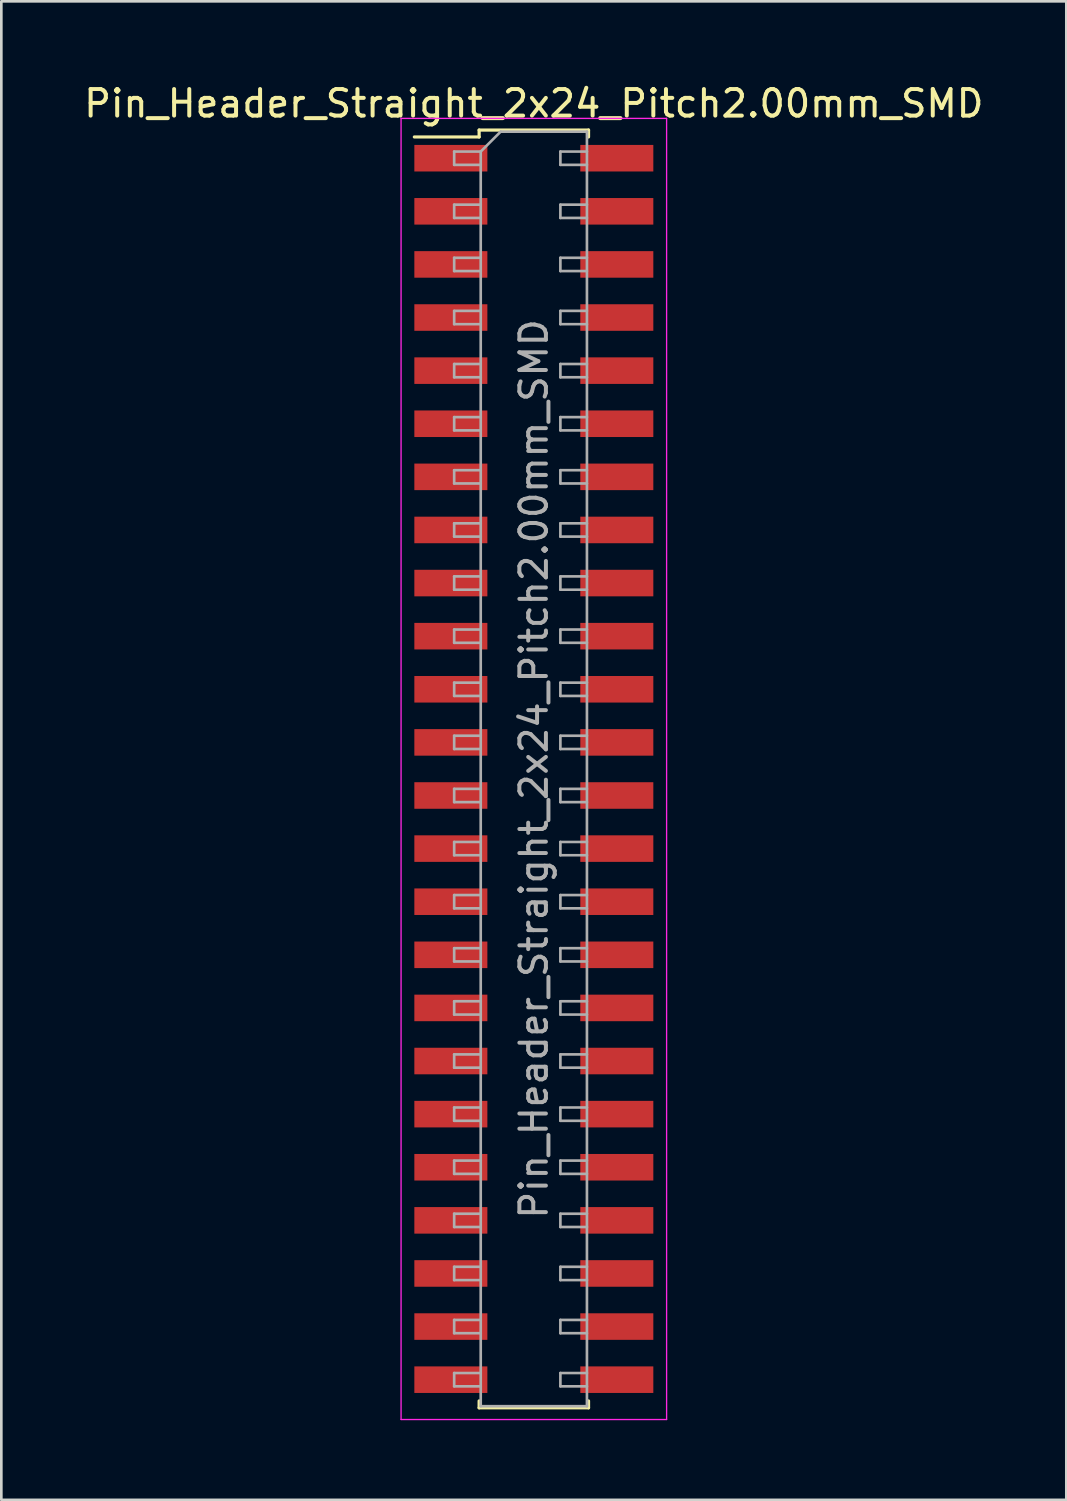
<source format=kicad_pcb>
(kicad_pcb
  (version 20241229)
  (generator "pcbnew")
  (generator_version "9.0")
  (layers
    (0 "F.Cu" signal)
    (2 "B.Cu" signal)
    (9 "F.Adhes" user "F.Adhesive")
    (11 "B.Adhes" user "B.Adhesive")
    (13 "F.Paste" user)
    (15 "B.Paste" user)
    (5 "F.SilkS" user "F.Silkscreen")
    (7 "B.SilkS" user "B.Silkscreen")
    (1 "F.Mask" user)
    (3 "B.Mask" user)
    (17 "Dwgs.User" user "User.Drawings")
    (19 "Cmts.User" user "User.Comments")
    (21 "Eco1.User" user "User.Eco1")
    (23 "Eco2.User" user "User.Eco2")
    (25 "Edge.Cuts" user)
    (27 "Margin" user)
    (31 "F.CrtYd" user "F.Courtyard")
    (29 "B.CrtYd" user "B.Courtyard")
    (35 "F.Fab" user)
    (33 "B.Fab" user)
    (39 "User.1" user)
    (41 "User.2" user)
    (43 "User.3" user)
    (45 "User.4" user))
  (footprint "Pin_Header_Straight_2x24_Pitch2.00mm_SMD"
    (layer "F.Cu")
    (at 17.054 25.908)
    (property "Reference" "Pin_Header_Straight_2x24_Pitch2.00mm_SMD" (at 0 -25.06 0) (layer "F.SilkS") (effects (font (size 1 1) (thickness 0.15))))
    (attr smd)
    (fp_line (start -4.5 -23.8) (end -2.06 -23.8) (stroke (width 0.12) (type solid)) (layer "F.SilkS"))
    (fp_line (start -2.06 -24.06) (end 2.06 -24.06) (stroke (width 0.12) (type solid)) (layer "F.SilkS"))
    (fp_line (start -2.06 -23.8) (end -2.06 -24.06) (stroke (width 0.12) (type solid)) (layer "F.SilkS"))
    (fp_line (start -2.06 23.8) (end -2.06 24.06) (stroke (width 0.12) (type solid)) (layer "F.SilkS"))
    (fp_line (start -2.06 24.06) (end 2.06 24.06) (stroke (width 0.12) (type solid)) (layer "F.SilkS"))
    (fp_line (start 2.06 -24.06) (end 2.06 -23.8) (stroke (width 0.12) (type solid)) (layer "F.SilkS"))
    (fp_line (start 2.06 24.06) (end 2.06 23.8) (stroke (width 0.12) (type solid)) (layer "F.SilkS"))
    (fp_line (start -5 -24.5) (end -5 24.5) (stroke (width 0.05) (type solid)) (layer "F.CrtYd"))
    (fp_line (start -5 24.5) (end 5 24.5) (stroke (width 0.05) (type solid)) (layer "F.CrtYd"))
    (fp_line (start 5 -24.5) (end -5 -24.5) (stroke (width 0.05) (type solid)) (layer "F.CrtYd"))
    (fp_line (start 5 24.5) (end 5 -24.5) (stroke (width 0.05) (type solid)) (layer "F.CrtYd"))
    (fp_line (start -3 -23.25) (end -3 -22.75) (stroke (width 0.1) (type solid)) (layer "F.Fab"))
    (fp_line (start -3 -22.75) (end -2 -22.75) (stroke (width 0.1) (type solid)) (layer "F.Fab"))
    (fp_line (start -3 -21.25) (end -3 -20.75) (stroke (width 0.1) (type solid)) (layer "F.Fab"))
    (fp_line (start -3 -20.75) (end -2 -20.75) (stroke (width 0.1) (type solid)) (layer "F.Fab"))
    (fp_line (start -3 -19.25) (end -3 -18.75) (stroke (width 0.1) (type solid)) (layer "F.Fab"))
    (fp_line (start -3 -18.75) (end -2 -18.75) (stroke (width 0.1) (type solid)) (layer "F.Fab"))
    (fp_line (start -3 -17.25) (end -3 -16.75) (stroke (width 0.1) (type solid)) (layer "F.Fab"))
    (fp_line (start -3 -16.75) (end -2 -16.75) (stroke (width 0.1) (type solid)) (layer "F.Fab"))
    (fp_line (start -3 -15.25) (end -3 -14.75) (stroke (width 0.1) (type solid)) (layer "F.Fab"))
    (fp_line (start -3 -14.75) (end -2 -14.75) (stroke (width 0.1) (type solid)) (layer "F.Fab"))
    (fp_line (start -3 -13.25) (end -3 -12.75) (stroke (width 0.1) (type solid)) (layer "F.Fab"))
    (fp_line (start -3 -12.75) (end -2 -12.75) (stroke (width 0.1) (type solid)) (layer "F.Fab"))
    (fp_line (start -3 -11.25) (end -3 -10.75) (stroke (width 0.1) (type solid)) (layer "F.Fab"))
    (fp_line (start -3 -10.75) (end -2 -10.75) (stroke (width 0.1) (type solid)) (layer "F.Fab"))
    (fp_line (start -3 -9.25) (end -3 -8.75) (stroke (width 0.1) (type solid)) (layer "F.Fab"))
    (fp_line (start -3 -8.75) (end -2 -8.75) (stroke (width 0.1) (type solid)) (layer "F.Fab"))
    (fp_line (start -3 -7.25) (end -3 -6.75) (stroke (width 0.1) (type solid)) (layer "F.Fab"))
    (fp_line (start -3 -6.75) (end -2 -6.75) (stroke (width 0.1) (type solid)) (layer "F.Fab"))
    (fp_line (start -3 -5.25) (end -3 -4.75) (stroke (width 0.1) (type solid)) (layer "F.Fab"))
    (fp_line (start -3 -4.75) (end -2 -4.75) (stroke (width 0.1) (type solid)) (layer "F.Fab"))
    (fp_line (start -3 -3.25) (end -3 -2.75) (stroke (width 0.1) (type solid)) (layer "F.Fab"))
    (fp_line (start -3 -2.75) (end -2 -2.75) (stroke (width 0.1) (type solid)) (layer "F.Fab"))
    (fp_line (start -3 -1.25) (end -3 -0.75) (stroke (width 0.1) (type solid)) (layer "F.Fab"))
    (fp_line (start -3 -0.75) (end -2 -0.75) (stroke (width 0.1) (type solid)) (layer "F.Fab"))
    (fp_line (start -3 0.75) (end -3 1.25) (stroke (width 0.1) (type solid)) (layer "F.Fab"))
    (fp_line (start -3 1.25) (end -2 1.25) (stroke (width 0.1) (type solid)) (layer "F.Fab"))
    (fp_line (start -3 2.75) (end -3 3.25) (stroke (width 0.1) (type solid)) (layer "F.Fab"))
    (fp_line (start -3 3.25) (end -2 3.25) (stroke (width 0.1) (type solid)) (layer "F.Fab"))
    (fp_line (start -3 4.75) (end -3 5.25) (stroke (width 0.1) (type solid)) (layer "F.Fab"))
    (fp_line (start -3 5.25) (end -2 5.25) (stroke (width 0.1) (type solid)) (layer "F.Fab"))
    (fp_line (start -3 6.75) (end -3 7.25) (stroke (width 0.1) (type solid)) (layer "F.Fab"))
    (fp_line (start -3 7.25) (end -2 7.25) (stroke (width 0.1) (type solid)) (layer "F.Fab"))
    (fp_line (start -3 8.75) (end -3 9.25) (stroke (width 0.1) (type solid)) (layer "F.Fab"))
    (fp_line (start -3 9.25) (end -2 9.25) (stroke (width 0.1) (type solid)) (layer "F.Fab"))
    (fp_line (start -3 10.75) (end -3 11.25) (stroke (width 0.1) (type solid)) (layer "F.Fab"))
    (fp_line (start -3 11.25) (end -2 11.25) (stroke (width 0.1) (type solid)) (layer "F.Fab"))
    (fp_line (start -3 12.75) (end -3 13.25) (stroke (width 0.1) (type solid)) (layer "F.Fab"))
    (fp_line (start -3 13.25) (end -2 13.25) (stroke (width 0.1) (type solid)) (layer "F.Fab"))
    (fp_line (start -3 14.75) (end -3 15.25) (stroke (width 0.1) (type solid)) (layer "F.Fab"))
    (fp_line (start -3 15.25) (end -2 15.25) (stroke (width 0.1) (type solid)) (layer "F.Fab"))
    (fp_line (start -3 16.75) (end -3 17.25) (stroke (width 0.1) (type solid)) (layer "F.Fab"))
    (fp_line (start -3 17.25) (end -2 17.25) (stroke (width 0.1) (type solid)) (layer "F.Fab"))
    (fp_line (start -3 18.75) (end -3 19.25) (stroke (width 0.1) (type solid)) (layer "F.Fab"))
    (fp_line (start -3 19.25) (end -2 19.25) (stroke (width 0.1) (type solid)) (layer "F.Fab"))
    (fp_line (start -3 20.75) (end -3 21.25) (stroke (width 0.1) (type solid)) (layer "F.Fab"))
    (fp_line (start -3 21.25) (end -2 21.25) (stroke (width 0.1) (type solid)) (layer "F.Fab"))
    (fp_line (start -3 22.75) (end -3 23.25) (stroke (width 0.1) (type solid)) (layer "F.Fab"))
    (fp_line (start -3 23.25) (end -2 23.25) (stroke (width 0.1) (type solid)) (layer "F.Fab"))
    (fp_line (start -2 -23.25) (end -3 -23.25) (stroke (width 0.1) (type solid)) (layer "F.Fab"))
    (fp_line (start -2 -23.25) (end -1.25 -24) (stroke (width 0.1) (type solid)) (layer "F.Fab"))
    (fp_line (start -2 -21.25) (end -3 -21.25) (stroke (width 0.1) (type solid)) (layer "F.Fab"))
    (fp_line (start -2 -19.25) (end -3 -19.25) (stroke (width 0.1) (type solid)) (layer "F.Fab"))
    (fp_line (start -2 -17.25) (end -3 -17.25) (stroke (width 0.1) (type solid)) (layer "F.Fab"))
    (fp_line (start -2 -15.25) (end -3 -15.25) (stroke (width 0.1) (type solid)) (layer "F.Fab"))
    (fp_line (start -2 -13.25) (end -3 -13.25) (stroke (width 0.1) (type solid)) (layer "F.Fab"))
    (fp_line (start -2 -11.25) (end -3 -11.25) (stroke (width 0.1) (type solid)) (layer "F.Fab"))
    (fp_line (start -2 -9.25) (end -3 -9.25) (stroke (width 0.1) (type solid)) (layer "F.Fab"))
    (fp_line (start -2 -7.25) (end -3 -7.25) (stroke (width 0.1) (type solid)) (layer "F.Fab"))
    (fp_line (start -2 -5.25) (end -3 -5.25) (stroke (width 0.1) (type solid)) (layer "F.Fab"))
    (fp_line (start -2 -3.25) (end -3 -3.25) (stroke (width 0.1) (type solid)) (layer "F.Fab"))
    (fp_line (start -2 -1.25) (end -3 -1.25) (stroke (width 0.1) (type solid)) (layer "F.Fab"))
    (fp_line (start -2 0.75) (end -3 0.75) (stroke (width 0.1) (type solid)) (layer "F.Fab"))
    (fp_line (start -2 2.75) (end -3 2.75) (stroke (width 0.1) (type solid)) (layer "F.Fab"))
    (fp_line (start -2 4.75) (end -3 4.75) (stroke (width 0.1) (type solid)) (layer "F.Fab"))
    (fp_line (start -2 6.75) (end -3 6.75) (stroke (width 0.1) (type solid)) (layer "F.Fab"))
    (fp_line (start -2 8.75) (end -3 8.75) (stroke (width 0.1) (type solid)) (layer "F.Fab"))
    (fp_line (start -2 10.75) (end -3 10.75) (stroke (width 0.1) (type solid)) (layer "F.Fab"))
    (fp_line (start -2 12.75) (end -3 12.75) (stroke (width 0.1) (type solid)) (layer "F.Fab"))
    (fp_line (start -2 14.75) (end -3 14.75) (stroke (width 0.1) (type solid)) (layer "F.Fab"))
    (fp_line (start -2 16.75) (end -3 16.75) (stroke (width 0.1) (type solid)) (layer "F.Fab"))
    (fp_line (start -2 18.75) (end -3 18.75) (stroke (width 0.1) (type solid)) (layer "F.Fab"))
    (fp_line (start -2 20.75) (end -3 20.75) (stroke (width 0.1) (type solid)) (layer "F.Fab"))
    (fp_line (start -2 22.75) (end -3 22.75) (stroke (width 0.1) (type solid)) (layer "F.Fab"))
    (fp_line (start -2 24) (end -2 -23.25) (stroke (width 0.1) (type solid)) (layer "F.Fab"))
    (fp_line (start -1.25 -24) (end 2 -24) (stroke (width 0.1) (type solid)) (layer "F.Fab"))
    (fp_line (start 1 -23.25) (end 1 -22.75) (stroke (width 0.1) (type solid)) (layer "F.Fab"))
    (fp_line (start 1 -22.75) (end 2 -22.75) (stroke (width 0.1) (type solid)) (layer "F.Fab"))
    (fp_line (start 1 -21.25) (end 1 -20.75) (stroke (width 0.1) (type solid)) (layer "F.Fab"))
    (fp_line (start 1 -20.75) (end 2 -20.75) (stroke (width 0.1) (type solid)) (layer "F.Fab"))
    (fp_line (start 1 -19.25) (end 1 -18.75) (stroke (width 0.1) (type solid)) (layer "F.Fab"))
    (fp_line (start 1 -18.75) (end 2 -18.75) (stroke (width 0.1) (type solid)) (layer "F.Fab"))
    (fp_line (start 1 -17.25) (end 1 -16.75) (stroke (width 0.1) (type solid)) (layer "F.Fab"))
    (fp_line (start 1 -16.75) (end 2 -16.75) (stroke (width 0.1) (type solid)) (layer "F.Fab"))
    (fp_line (start 1 -15.25) (end 1 -14.75) (stroke (width 0.1) (type solid)) (layer "F.Fab"))
    (fp_line (start 1 -14.75) (end 2 -14.75) (stroke (width 0.1) (type solid)) (layer "F.Fab"))
    (fp_line (start 1 -13.25) (end 1 -12.75) (stroke (width 0.1) (type solid)) (layer "F.Fab"))
    (fp_line (start 1 -12.75) (end 2 -12.75) (stroke (width 0.1) (type solid)) (layer "F.Fab"))
    (fp_line (start 1 -11.25) (end 1 -10.75) (stroke (width 0.1) (type solid)) (layer "F.Fab"))
    (fp_line (start 1 -10.75) (end 2 -10.75) (stroke (width 0.1) (type solid)) (layer "F.Fab"))
    (fp_line (start 1 -9.25) (end 1 -8.75) (stroke (width 0.1) (type solid)) (layer "F.Fab"))
    (fp_line (start 1 -8.75) (end 2 -8.75) (stroke (width 0.1) (type solid)) (layer "F.Fab"))
    (fp_line (start 1 -7.25) (end 1 -6.75) (stroke (width 0.1) (type solid)) (layer "F.Fab"))
    (fp_line (start 1 -6.75) (end 2 -6.75) (stroke (width 0.1) (type solid)) (layer "F.Fab"))
    (fp_line (start 1 -5.25) (end 1 -4.75) (stroke (width 0.1) (type solid)) (layer "F.Fab"))
    (fp_line (start 1 -4.75) (end 2 -4.75) (stroke (width 0.1) (type solid)) (layer "F.Fab"))
    (fp_line (start 1 -3.25) (end 1 -2.75) (stroke (width 0.1) (type solid)) (layer "F.Fab"))
    (fp_line (start 1 -2.75) (end 2 -2.75) (stroke (width 0.1) (type solid)) (layer "F.Fab"))
    (fp_line (start 1 -1.25) (end 1 -0.75) (stroke (width 0.1) (type solid)) (layer "F.Fab"))
    (fp_line (start 1 -0.75) (end 2 -0.75) (stroke (width 0.1) (type solid)) (layer "F.Fab"))
    (fp_line (start 1 0.75) (end 1 1.25) (stroke (width 0.1) (type solid)) (layer "F.Fab"))
    (fp_line (start 1 1.25) (end 2 1.25) (stroke (width 0.1) (type solid)) (layer "F.Fab"))
    (fp_line (start 1 2.75) (end 1 3.25) (stroke (width 0.1) (type solid)) (layer "F.Fab"))
    (fp_line (start 1 3.25) (end 2 3.25) (stroke (width 0.1) (type solid)) (layer "F.Fab"))
    (fp_line (start 1 4.75) (end 1 5.25) (stroke (width 0.1) (type solid)) (layer "F.Fab"))
    (fp_line (start 1 5.25) (end 2 5.25) (stroke (width 0.1) (type solid)) (layer "F.Fab"))
    (fp_line (start 1 6.75) (end 1 7.25) (stroke (width 0.1) (type solid)) (layer "F.Fab"))
    (fp_line (start 1 7.25) (end 2 7.25) (stroke (width 0.1) (type solid)) (layer "F.Fab"))
    (fp_line (start 1 8.75) (end 1 9.25) (stroke (width 0.1) (type solid)) (layer "F.Fab"))
    (fp_line (start 1 9.25) (end 2 9.25) (stroke (width 0.1) (type solid)) (layer "F.Fab"))
    (fp_line (start 1 10.75) (end 1 11.25) (stroke (width 0.1) (type solid)) (layer "F.Fab"))
    (fp_line (start 1 11.25) (end 2 11.25) (stroke (width 0.1) (type solid)) (layer "F.Fab"))
    (fp_line (start 1 12.75) (end 1 13.25) (stroke (width 0.1) (type solid)) (layer "F.Fab"))
    (fp_line (start 1 13.25) (end 2 13.25) (stroke (width 0.1) (type solid)) (layer "F.Fab"))
    (fp_line (start 1 14.75) (end 1 15.25) (stroke (width 0.1) (type solid)) (layer "F.Fab"))
    (fp_line (start 1 15.25) (end 2 15.25) (stroke (width 0.1) (type solid)) (layer "F.Fab"))
    (fp_line (start 1 16.75) (end 1 17.25) (stroke (width 0.1) (type solid)) (layer "F.Fab"))
    (fp_line (start 1 17.25) (end 2 17.25) (stroke (width 0.1) (type solid)) (layer "F.Fab"))
    (fp_line (start 1 18.75) (end 1 19.25) (stroke (width 0.1) (type solid)) (layer "F.Fab"))
    (fp_line (start 1 19.25) (end 2 19.25) (stroke (width 0.1) (type solid)) (layer "F.Fab"))
    (fp_line (start 1 20.75) (end 1 21.25) (stroke (width 0.1) (type solid)) (layer "F.Fab"))
    (fp_line (start 1 21.25) (end 2 21.25) (stroke (width 0.1) (type solid)) (layer "F.Fab"))
    (fp_line (start 1 22.75) (end 1 23.25) (stroke (width 0.1) (type solid)) (layer "F.Fab"))
    (fp_line (start 1 23.25) (end 2 23.25) (stroke (width 0.1) (type solid)) (layer "F.Fab"))
    (fp_line (start 2 -24) (end 2 24) (stroke (width 0.1) (type solid)) (layer "F.Fab"))
    (fp_line (start 2 -23.25) (end 1 -23.25) (stroke (width 0.1) (type solid)) (layer "F.Fab"))
    (fp_line (start 2 -21.25) (end 1 -21.25) (stroke (width 0.1) (type solid)) (layer "F.Fab"))
    (fp_line (start 2 -19.25) (end 1 -19.25) (stroke (width 0.1) (type solid)) (layer "F.Fab"))
    (fp_line (start 2 -17.25) (end 1 -17.25) (stroke (width 0.1) (type solid)) (layer "F.Fab"))
    (fp_line (start 2 -15.25) (end 1 -15.25) (stroke (width 0.1) (type solid)) (layer "F.Fab"))
    (fp_line (start 2 -13.25) (end 1 -13.25) (stroke (width 0.1) (type solid)) (layer "F.Fab"))
    (fp_line (start 2 -11.25) (end 1 -11.25) (stroke (width 0.1) (type solid)) (layer "F.Fab"))
    (fp_line (start 2 -9.25) (end 1 -9.25) (stroke (width 0.1) (type solid)) (layer "F.Fab"))
    (fp_line (start 2 -7.25) (end 1 -7.25) (stroke (width 0.1) (type solid)) (layer "F.Fab"))
    (fp_line (start 2 -5.25) (end 1 -5.25) (stroke (width 0.1) (type solid)) (layer "F.Fab"))
    (fp_line (start 2 -3.25) (end 1 -3.25) (stroke (width 0.1) (type solid)) (layer "F.Fab"))
    (fp_line (start 2 -1.25) (end 1 -1.25) (stroke (width 0.1) (type solid)) (layer "F.Fab"))
    (fp_line (start 2 0.75) (end 1 0.75) (stroke (width 0.1) (type solid)) (layer "F.Fab"))
    (fp_line (start 2 2.75) (end 1 2.75) (stroke (width 0.1) (type solid)) (layer "F.Fab"))
    (fp_line (start 2 4.75) (end 1 4.75) (stroke (width 0.1) (type solid)) (layer "F.Fab"))
    (fp_line (start 2 6.75) (end 1 6.75) (stroke (width 0.1) (type solid)) (layer "F.Fab"))
    (fp_line (start 2 8.75) (end 1 8.75) (stroke (width 0.1) (type solid)) (layer "F.Fab"))
    (fp_line (start 2 10.75) (end 1 10.75) (stroke (width 0.1) (type solid)) (layer "F.Fab"))
    (fp_line (start 2 12.75) (end 1 12.75) (stroke (width 0.1) (type solid)) (layer "F.Fab"))
    (fp_line (start 2 14.75) (end 1 14.75) (stroke (width 0.1) (type solid)) (layer "F.Fab"))
    (fp_line (start 2 16.75) (end 1 16.75) (stroke (width 0.1) (type solid)) (layer "F.Fab"))
    (fp_line (start 2 18.75) (end 1 18.75) (stroke (width 0.1) (type solid)) (layer "F.Fab"))
    (fp_line (start 2 20.75) (end 1 20.75) (stroke (width 0.1) (type solid)) (layer "F.Fab"))
    (fp_line (start 2 22.75) (end 1 22.75) (stroke (width 0.1) (type solid)) (layer "F.Fab"))
    (fp_line (start 2 24) (end -2 24) (stroke (width 0.1) (type solid)) (layer "F.Fab"))
    (fp_text user "${REFERENCE}" (at 0 0 90) (layer "F.Fab") (effects (font (size 1 1) (thickness 0.15))))
    (pad "1" smd rect (at -3.125 -23) (size 2.75 1) (layers "F.Cu" "F.Mask" "F.Paste"))
    (pad "2" smd rect (at 3.125 -23) (size 2.75 1) (layers "F.Cu" "F.Mask" "F.Paste"))
    (pad "3" smd rect (at -3.125 -21) (size 2.75 1) (layers "F.Cu" "F.Mask" "F.Paste"))
    (pad "4" smd rect (at 3.125 -21) (size 2.75 1) (layers "F.Cu" "F.Mask" "F.Paste"))
    (pad "5" smd rect (at -3.125 -19) (size 2.75 1) (layers "F.Cu" "F.Mask" "F.Paste"))
    (pad "6" smd rect (at 3.125 -19) (size 2.75 1) (layers "F.Cu" "F.Mask" "F.Paste"))
    (pad "7" smd rect (at -3.125 -17) (size 2.75 1) (layers "F.Cu" "F.Mask" "F.Paste"))
    (pad "8" smd rect (at 3.125 -17) (size 2.75 1) (layers "F.Cu" "F.Mask" "F.Paste"))
    (pad "9" smd rect (at -3.125 -15) (size 2.75 1) (layers "F.Cu" "F.Mask" "F.Paste"))
    (pad "10" smd rect (at 3.125 -15) (size 2.75 1) (layers "F.Cu" "F.Mask" "F.Paste"))
    (pad "11" smd rect (at -3.125 -13) (size 2.75 1) (layers "F.Cu" "F.Mask" "F.Paste"))
    (pad "12" smd rect (at 3.125 -13) (size 2.75 1) (layers "F.Cu" "F.Mask" "F.Paste"))
    (pad "13" smd rect (at -3.125 -11) (size 2.75 1) (layers "F.Cu" "F.Mask" "F.Paste"))
    (pad "14" smd rect (at 3.125 -11) (size 2.75 1) (layers "F.Cu" "F.Mask" "F.Paste"))
    (pad "15" smd rect (at -3.125 -9) (size 2.75 1) (layers "F.Cu" "F.Mask" "F.Paste"))
    (pad "16" smd rect (at 3.125 -9) (size 2.75 1) (layers "F.Cu" "F.Mask" "F.Paste"))
    (pad "17" smd rect (at -3.125 -7) (size 2.75 1) (layers "F.Cu" "F.Mask" "F.Paste"))
    (pad "18" smd rect (at 3.125 -7) (size 2.75 1) (layers "F.Cu" "F.Mask" "F.Paste"))
    (pad "19" smd rect (at -3.125 -5) (size 2.75 1) (layers "F.Cu" "F.Mask" "F.Paste"))
    (pad "20" smd rect (at 3.125 -5) (size 2.75 1) (layers "F.Cu" "F.Mask" "F.Paste"))
    (pad "21" smd rect (at -3.125 -3) (size 2.75 1) (layers "F.Cu" "F.Mask" "F.Paste"))
    (pad "22" smd rect (at 3.125 -3) (size 2.75 1) (layers "F.Cu" "F.Mask" "F.Paste"))
    (pad "23" smd rect (at -3.125 -1) (size 2.75 1) (layers "F.Cu" "F.Mask" "F.Paste"))
    (pad "24" smd rect (at 3.125 -1) (size 2.75 1) (layers "F.Cu" "F.Mask" "F.Paste"))
    (pad "25" smd rect (at -3.125 1) (size 2.75 1) (layers "F.Cu" "F.Mask" "F.Paste"))
    (pad "26" smd rect (at 3.125 1) (size 2.75 1) (layers "F.Cu" "F.Mask" "F.Paste"))
    (pad "27" smd rect (at -3.125 3) (size 2.75 1) (layers "F.Cu" "F.Mask" "F.Paste"))
    (pad "28" smd rect (at 3.125 3) (size 2.75 1) (layers "F.Cu" "F.Mask" "F.Paste"))
    (pad "29" smd rect (at -3.125 5) (size 2.75 1) (layers "F.Cu" "F.Mask" "F.Paste"))
    (pad "30" smd rect (at 3.125 5) (size 2.75 1) (layers "F.Cu" "F.Mask" "F.Paste"))
    (pad "31" smd rect (at -3.125 7) (size 2.75 1) (layers "F.Cu" "F.Mask" "F.Paste"))
    (pad "32" smd rect (at 3.125 7) (size 2.75 1) (layers "F.Cu" "F.Mask" "F.Paste"))
    (pad "33" smd rect (at -3.125 9) (size 2.75 1) (layers "F.Cu" "F.Mask" "F.Paste"))
    (pad "34" smd rect (at 3.125 9) (size 2.75 1) (layers "F.Cu" "F.Mask" "F.Paste"))
    (pad "35" smd rect (at -3.125 11) (size 2.75 1) (layers "F.Cu" "F.Mask" "F.Paste"))
    (pad "36" smd rect (at 3.125 11) (size 2.75 1) (layers "F.Cu" "F.Mask" "F.Paste"))
    (pad "37" smd rect (at -3.125 13) (size 2.75 1) (layers "F.Cu" "F.Mask" "F.Paste"))
    (pad "38" smd rect (at 3.125 13) (size 2.75 1) (layers "F.Cu" "F.Mask" "F.Paste"))
    (pad "39" smd rect (at -3.125 15) (size 2.75 1) (layers "F.Cu" "F.Mask" "F.Paste"))
    (pad "40" smd rect (at 3.125 15) (size 2.75 1) (layers "F.Cu" "F.Mask" "F.Paste"))
    (pad "41" smd rect (at -3.125 17) (size 2.75 1) (layers "F.Cu" "F.Mask" "F.Paste"))
    (pad "42" smd rect (at 3.125 17) (size 2.75 1) (layers "F.Cu" "F.Mask" "F.Paste"))
    (pad "43" smd rect (at -3.125 19) (size 2.75 1) (layers "F.Cu" "F.Mask" "F.Paste"))
    (pad "44" smd rect (at 3.125 19) (size 2.75 1) (layers "F.Cu" "F.Mask" "F.Paste"))
    (pad "45" smd rect (at -3.125 21) (size 2.75 1) (layers "F.Cu" "F.Mask" "F.Paste"))
    (pad "46" smd rect (at 3.125 21) (size 2.75 1) (layers "F.Cu" "F.Mask" "F.Paste"))
    (pad "47" smd rect (at -3.125 23) (size 2.75 1) (layers "F.Cu" "F.Mask" "F.Paste"))
    (pad "48" smd rect (at 3.125 23) (size 2.75 1) (layers "F.Cu" "F.Mask" "F.Paste")))
  (gr_rect
    (start -3 -3)
    (end 37.107 53.433)
    (stroke (width 0.1) (type default))
    (fill no)
    (layer "Edge.Cuts")))
</source>
